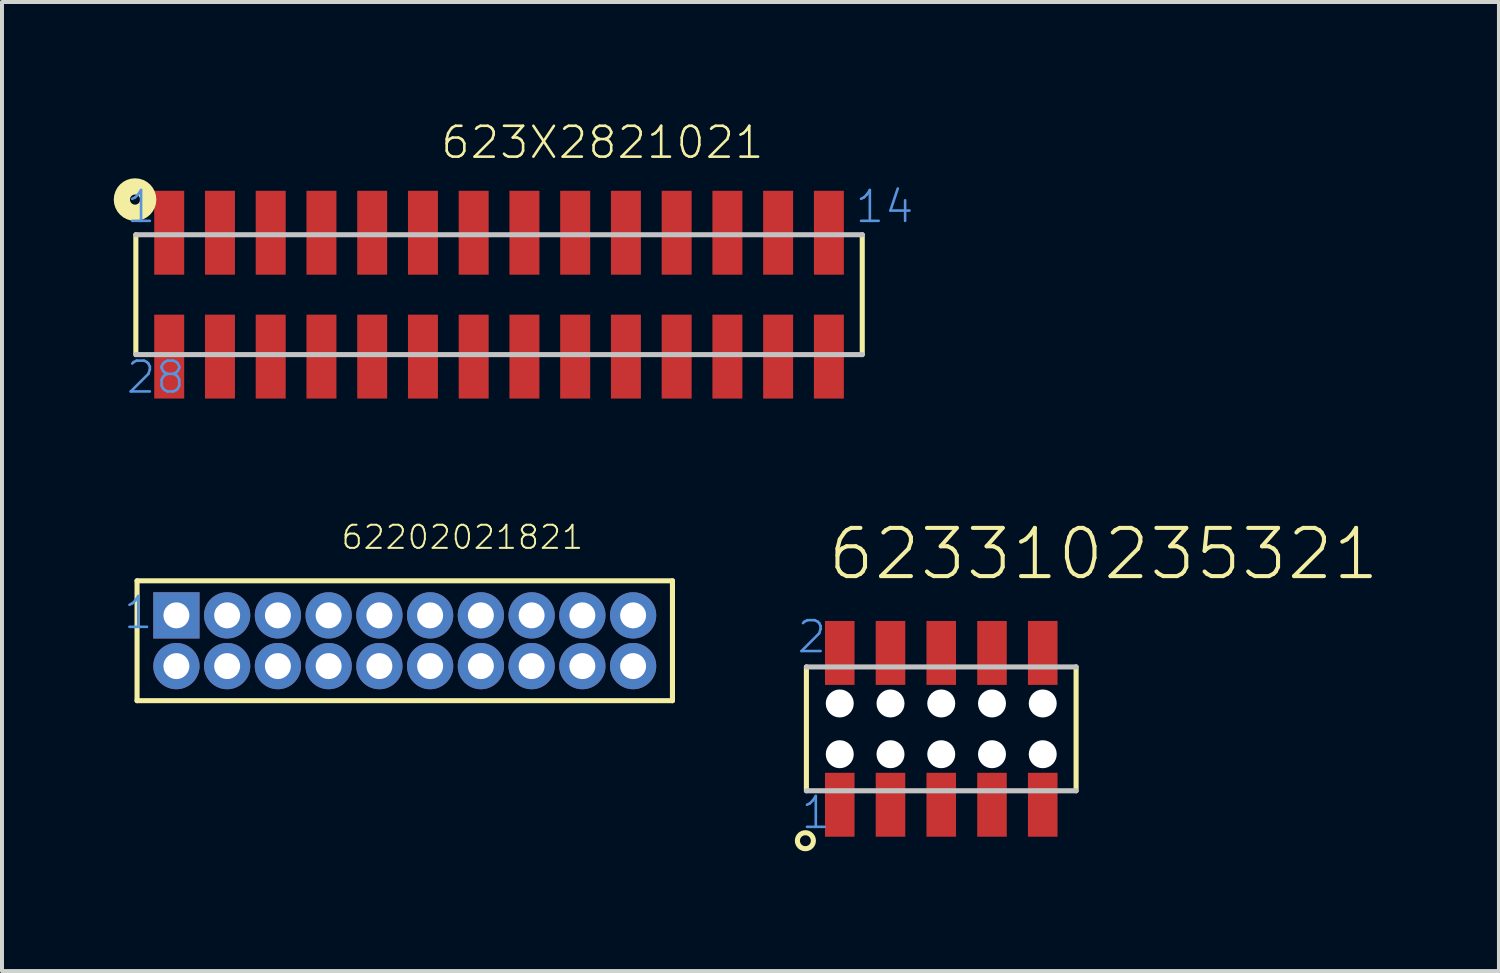
<source format=kicad_pcb>
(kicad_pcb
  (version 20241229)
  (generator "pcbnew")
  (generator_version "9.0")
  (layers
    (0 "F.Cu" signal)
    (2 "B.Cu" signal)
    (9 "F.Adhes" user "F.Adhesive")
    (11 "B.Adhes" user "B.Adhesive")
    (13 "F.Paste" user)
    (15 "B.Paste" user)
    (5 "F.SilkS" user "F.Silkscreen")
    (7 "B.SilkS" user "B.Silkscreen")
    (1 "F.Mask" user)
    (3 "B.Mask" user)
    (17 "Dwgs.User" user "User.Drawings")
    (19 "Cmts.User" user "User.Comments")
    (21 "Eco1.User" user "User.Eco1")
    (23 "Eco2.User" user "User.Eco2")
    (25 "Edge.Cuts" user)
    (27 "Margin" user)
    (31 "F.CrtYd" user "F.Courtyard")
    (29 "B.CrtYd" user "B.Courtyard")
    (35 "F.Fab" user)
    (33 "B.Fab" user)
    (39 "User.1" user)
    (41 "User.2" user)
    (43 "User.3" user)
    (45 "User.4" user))
  (footprint "62202021821"
    (layer "F.Cu")
    (at 7.08 12.986)
    (property "Reference" "62202021821" (at -1.624 -2.251 0) (layer "F.SilkS") (effects (font (size 0.579 0.579) (thickness 0.049)) (justify left bottom)))
    (attr through_hole)
    (fp_line (start -6.7 -1.5) (end -6.7 1.5) (stroke (width 0.127) (type solid)) (layer "F.SilkS"))
    (fp_line (start -6.7 1.5) (end 6.7 1.5) (stroke (width 0.127) (type solid)) (layer "F.SilkS"))
    (fp_line (start 6.7 -1.5) (end -6.7 -1.5) (stroke (width 0.127) (type solid)) (layer "F.SilkS"))
    (fp_line (start 6.7 1.5) (end 6.7 -1.5) (stroke (width 0.127) (type solid)) (layer "F.SilkS"))
    (fp_text user "1" (at -7.08 -0.25 0) (layer "Cmts.User") (effects (font (size 0.772 0.772) (thickness 0.065)) (justify left bottom)))
    (pad "1" thru_hole rect (at -5.715 -0.635) (size 1.158 1.158) (drill 0.65) (layers "*.Cu" "*.Mask"))
    (pad "2" thru_hole circle (at -4.445 -0.635) (size 1.158 1.158) (drill 0.65) (layers "*.Cu" "*.Mask"))
    (pad "3" thru_hole circle (at -3.175 -0.635) (size 1.158 1.158) (drill 0.65) (layers "*.Cu" "*.Mask"))
    (pad "4" thru_hole circle (at -1.905 -0.635) (size 1.158 1.158) (drill 0.65) (layers "*.Cu" "*.Mask"))
    (pad "5" thru_hole circle (at -0.635 -0.635) (size 1.158 1.158) (drill 0.65) (layers "*.Cu" "*.Mask"))
    (pad "6" thru_hole circle (at 0.635 -0.635) (size 1.158 1.158) (drill 0.65) (layers "*.Cu" "*.Mask"))
    (pad "7" thru_hole circle (at 1.905 -0.635) (size 1.158 1.158) (drill 0.65) (layers "*.Cu" "*.Mask"))
    (pad "8" thru_hole circle (at 3.175 -0.635) (size 1.158 1.158) (drill 0.65) (layers "*.Cu" "*.Mask"))
    (pad "9" thru_hole circle (at 4.445 -0.635) (size 1.158 1.158) (drill 0.65) (layers "*.Cu" "*.Mask"))
    (pad "10" thru_hole circle (at 5.715 -0.635) (size 1.158 1.158) (drill 0.65) (layers "*.Cu" "*.Mask"))
    (pad "11" thru_hole circle (at 5.715 0.635) (size 1.158 1.158) (drill 0.65) (layers "*.Cu" "*.Mask"))
    (pad "12" thru_hole circle (at 4.445 0.635) (size 1.158 1.158) (drill 0.65) (layers "*.Cu" "*.Mask"))
    (pad "13" thru_hole circle (at 3.175 0.635) (size 1.158 1.158) (drill 0.65) (layers "*.Cu" "*.Mask"))
    (pad "14" thru_hole circle (at 1.905 0.635) (size 1.158 1.158) (drill 0.65) (layers "*.Cu" "*.Mask"))
    (pad "15" thru_hole circle (at 0.635 0.635) (size 1.158 1.158) (drill 0.65) (layers "*.Cu" "*.Mask"))
    (pad "16" thru_hole circle (at -0.635 0.635) (size 1.158 1.158) (drill 0.65) (layers "*.Cu" "*.Mask"))
    (pad "17" thru_hole circle (at -1.905 0.635) (size 1.158 1.158) (drill 0.65) (layers "*.Cu" "*.Mask"))
    (pad "18" thru_hole circle (at -3.175 0.635) (size 1.158 1.158) (drill 0.65) (layers "*.Cu" "*.Mask"))
    (pad "19" thru_hole circle (at -4.445 0.635) (size 1.158 1.158) (drill 0.65) (layers "*.Cu" "*.Mask"))
    (pad "20" thru_hole circle (at -5.715 0.635) (size 1.158 1.158) (drill 0.65) (layers "*.Cu" "*.Mask")))
  (footprint "623310235321"
    (layer "F.Cu")
    (at 20.507 15.191)
    (property "Reference" "623310235321" (at -2.894 -3.67 0) (layer "F.SilkS") (effects (font (size 1.206 1.206) (thickness 0.102)) (justify left bottom)))
    (attr through_hole)
    (fp_line (start -3.375 -1.55) (end -3.375 1.55) (stroke (width 0.127) (type solid)) (layer "F.SilkS"))
    (fp_line (start 3.375 1.55) (end 3.375 -1.55) (stroke (width 0.127) (type solid)) (layer "F.SilkS"))
    (fp_circle (center -3.4 2.8) (end -3.2 2.8) (stroke (width 0.127) (type solid)) (fill no) (layer "F.SilkS"))
    (fp_line (start -3.375 1.55) (end 3.375 1.55) (stroke (width 0.127) (type solid)) (layer "Dwgs.User"))
    (fp_line (start 3.375 -1.55) (end -3.375 -1.55) (stroke (width 0.127) (type solid)) (layer "Dwgs.User"))
    (fp_text user "2" (at -3.65 -1.85 0) (layer "Cmts.User") (effects (font (size 0.772 0.772) (thickness 0.065)) (justify left bottom)))
    (fp_text user "1" (at -3.55 2.55 0) (layer "Cmts.User") (effects (font (size 0.772 0.772) (thickness 0.065)) (justify left bottom)))
    (pad "" np_thru_hole circle (at -2.54 -0.635) (size 0.7 0.7) (drill 0.7) (layers "*.Cu"))
    (pad "" np_thru_hole circle (at -2.54 0.635) (size 0.7 0.7) (drill 0.7) (layers "*.Cu"))
    (pad "" np_thru_hole circle (at -1.27 -0.635) (size 0.7 0.7) (drill 0.7) (layers "*.Cu"))
    (pad "" np_thru_hole circle (at -1.27 0.635) (size 0.7 0.7) (drill 0.7) (layers "*.Cu"))
    (pad "" np_thru_hole circle (at 0 -0.635) (size 0.7 0.7) (drill 0.7) (layers "*.Cu"))
    (pad "" np_thru_hole circle (at 0 0.635) (size 0.7 0.7) (drill 0.7) (layers "*.Cu"))
    (pad "" np_thru_hole circle (at 1.27 -0.635) (size 0.7 0.7) (drill 0.7) (layers "*.Cu"))
    (pad "" np_thru_hole circle (at 1.27 0.635) (size 0.7 0.7) (drill 0.7) (layers "*.Cu"))
    (pad "" np_thru_hole circle (at 2.54 -0.635) (size 0.7 0.7) (drill 0.7) (layers "*.Cu"))
    (pad "" np_thru_hole circle (at 2.54 0.635) (size 0.7 0.7) (drill 0.7) (layers "*.Cu"))
    (pad "1" smd rect (at -2.54 1.9) (size 0.74 1.6) (layers "F.Cu" "F.Mask" "F.Paste"))
    (pad "2" smd rect (at -2.54 -1.9 180) (size 0.74 1.6) (layers "F.Cu" "F.Mask" "F.Paste"))
    (pad "3" smd rect (at -1.27 1.9) (size 0.74 1.6) (layers "F.Cu" "F.Mask" "F.Paste"))
    (pad "4" smd rect (at -1.27 -1.9) (size 0.74 1.6) (layers "F.Cu" "F.Mask" "F.Paste"))
    (pad "5" smd rect (at 0 1.9) (size 0.74 1.6) (layers "F.Cu" "F.Mask" "F.Paste"))
    (pad "6" smd rect (at 0 -1.9) (size 0.74 1.6) (layers "F.Cu" "F.Mask" "F.Paste"))
    (pad "7" smd rect (at 1.27 1.9) (size 0.74 1.6) (layers "F.Cu" "F.Mask" "F.Paste"))
    (pad "8" smd rect (at 1.27 -1.9) (size 0.74 1.6) (layers "F.Cu" "F.Mask" "F.Paste"))
    (pad "9" smd rect (at 2.54 1.9) (size 0.74 1.6) (layers "F.Cu" "F.Mask" "F.Paste"))
    (pad "10" smd rect (at 2.54 -1.9) (size 0.74 1.6) (layers "F.Cu" "F.Mask" "F.Paste")))
  (footprint "623X2821021"
    (layer "F.Cu")
    (at 9.44 4.325)
    (property "Reference" "623X2821021" (at -1.5 -3.357 0) (layer "F.SilkS") (effects (font (size 0.772 0.772) (thickness 0.065)) (justify left bottom)))
    (attr through_hole)
    (fp_line (start -9.09 -1.5) (end -9.09 1.5) (stroke (width 0.127) (type solid)) (layer "F.SilkS"))
    (fp_line (start 9.09 1.5) (end 9.09 -1.5) (stroke (width 0.127) (type solid)) (layer "F.SilkS"))
    (fp_circle (center -9.11 -2.38) (end -8.983 -2.38) (stroke (width 0.406) (type solid)) (fill no) (layer "F.SilkS"))
    (fp_line (start -9.09 1.5) (end 9.09 1.5) (stroke (width 0.127) (type solid)) (layer "Dwgs.User"))
    (fp_line (start 9.09 -1.5) (end -9.09 -1.5) (stroke (width 0.127) (type solid)) (layer "Dwgs.User"))
    (fp_text user "14" (at 8.87 -1.75 0) (layer "Cmts.User") (effects (font (size 0.772 0.772) (thickness 0.065)) (justify left bottom)))
    (fp_text user "1" (at -9.37 -1.75 0) (layer "Cmts.User") (effects (font (size 0.772 0.772) (thickness 0.065)) (justify left bottom)))
    (fp_text user "28" (at -9.37 2.52 0) (layer "Cmts.User") (effects (font (size 0.772 0.772) (thickness 0.065)) (justify left bottom)))
    (pad "1" smd rect (at -8.255 -1.55) (size 0.75 2.1) (layers "F.Cu" "F.Mask" "F.Paste"))
    (pad "2" smd rect (at -6.985 -1.55) (size 0.75 2.1) (layers "F.Cu" "F.Mask" "F.Paste"))
    (pad "3" smd rect (at -5.715 -1.55) (size 0.75 2.1) (layers "F.Cu" "F.Mask" "F.Paste"))
    (pad "4" smd rect (at -4.445 -1.55) (size 0.75 2.1) (layers "F.Cu" "F.Mask" "F.Paste"))
    (pad "5" smd rect (at -3.175 -1.55) (size 0.75 2.1) (layers "F.Cu" "F.Mask" "F.Paste"))
    (pad "6" smd rect (at -1.905 -1.55) (size 0.75 2.1) (layers "F.Cu" "F.Mask" "F.Paste"))
    (pad "7" smd rect (at -0.635 -1.55) (size 0.75 2.1) (layers "F.Cu" "F.Mask" "F.Paste"))
    (pad "8" smd rect (at 0.635 -1.55) (size 0.75 2.1) (layers "F.Cu" "F.Mask" "F.Paste"))
    (pad "9" smd rect (at 1.905 -1.55) (size 0.75 2.1) (layers "F.Cu" "F.Mask" "F.Paste"))
    (pad "10" smd rect (at 3.175 -1.55) (size 0.75 2.1) (layers "F.Cu" "F.Mask" "F.Paste"))
    (pad "11" smd rect (at 4.445 -1.55) (size 0.75 2.1) (layers "F.Cu" "F.Mask" "F.Paste"))
    (pad "12" smd rect (at 5.715 -1.55) (size 0.75 2.1) (layers "F.Cu" "F.Mask" "F.Paste"))
    (pad "13" smd rect (at 6.985 -1.55) (size 0.75 2.1) (layers "F.Cu" "F.Mask" "F.Paste"))
    (pad "14" smd rect (at 8.255 -1.55) (size 0.75 2.1) (layers "F.Cu" "F.Mask" "F.Paste"))
    (pad "15" smd rect (at 8.255 1.55) (size 0.75 2.1) (layers "F.Cu" "F.Mask" "F.Paste"))
    (pad "16" smd rect (at 6.985 1.55) (size 0.75 2.1) (layers "F.Cu" "F.Mask" "F.Paste"))
    (pad "17" smd rect (at 5.715 1.55) (size 0.75 2.1) (layers "F.Cu" "F.Mask" "F.Paste"))
    (pad "18" smd rect (at 4.445 1.55) (size 0.75 2.1) (layers "F.Cu" "F.Mask" "F.Paste"))
    (pad "19" smd rect (at 3.175 1.55) (size 0.75 2.1) (layers "F.Cu" "F.Mask" "F.Paste"))
    (pad "20" smd rect (at 1.905 1.55) (size 0.75 2.1) (layers "F.Cu" "F.Mask" "F.Paste"))
    (pad "21" smd rect (at 0.635 1.55) (size 0.75 2.1) (layers "F.Cu" "F.Mask" "F.Paste"))
    (pad "22" smd rect (at -0.635 1.55) (size 0.75 2.1) (layers "F.Cu" "F.Mask" "F.Paste"))
    (pad "23" smd rect (at -1.905 1.55) (size 0.75 2.1) (layers "F.Cu" "F.Mask" "F.Paste"))
    (pad "24" smd rect (at -3.175 1.55) (size 0.75 2.1) (layers "F.Cu" "F.Mask" "F.Paste"))
    (pad "25" smd rect (at -4.445 1.55) (size 0.75 2.1) (layers "F.Cu" "F.Mask" "F.Paste"))
    (pad "26" smd rect (at -5.715 1.55) (size 0.75 2.1) (layers "F.Cu" "F.Mask" "F.Paste"))
    (pad "27" smd rect (at -6.985 1.55) (size 0.75 2.1) (layers "F.Cu" "F.Mask" "F.Paste"))
    (pad "28" smd rect (at -8.255 1.55) (size 0.75 2.1) (layers "F.Cu" "F.Mask" "F.Paste")))
  (gr_rect
    (start -3 -3)
    (end 34.465 21.254)
    (stroke (width 0.1) (type default))
    (fill no)
    (layer "Edge.Cuts")))
</source>
